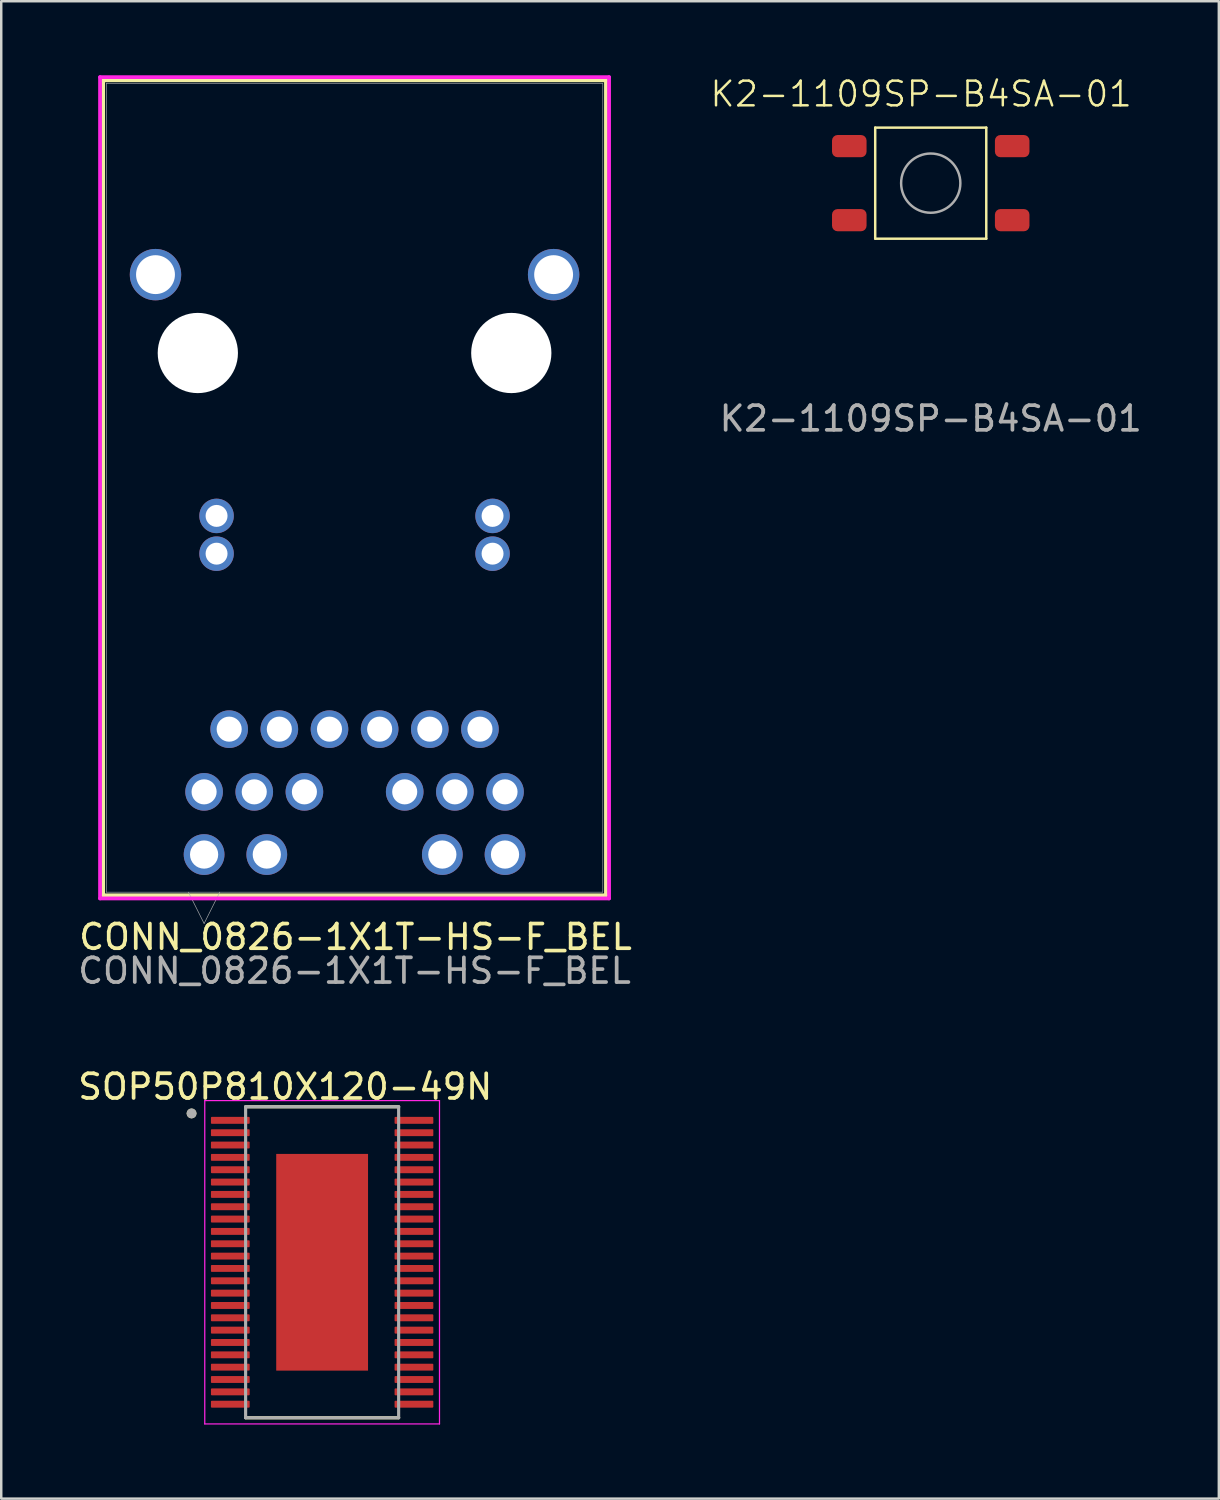
<source format=kicad_pcb>
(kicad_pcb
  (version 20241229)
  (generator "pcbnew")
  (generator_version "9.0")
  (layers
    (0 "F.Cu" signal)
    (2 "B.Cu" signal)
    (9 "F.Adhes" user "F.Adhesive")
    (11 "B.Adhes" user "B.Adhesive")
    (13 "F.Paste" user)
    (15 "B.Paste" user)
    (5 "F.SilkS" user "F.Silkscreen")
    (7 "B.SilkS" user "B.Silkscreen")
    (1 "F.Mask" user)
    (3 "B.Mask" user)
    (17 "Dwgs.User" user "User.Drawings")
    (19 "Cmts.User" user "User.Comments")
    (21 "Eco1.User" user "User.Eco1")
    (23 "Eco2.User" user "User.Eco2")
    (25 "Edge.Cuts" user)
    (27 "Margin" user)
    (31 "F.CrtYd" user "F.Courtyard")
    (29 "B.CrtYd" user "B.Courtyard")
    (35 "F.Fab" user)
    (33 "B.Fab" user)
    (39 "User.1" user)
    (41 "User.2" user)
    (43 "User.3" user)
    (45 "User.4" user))
  (footprint "SOP50P810X120-49N"
    (layer "F.Cu")
    (at 10.001 48.091)
    (property "Reference" "SOP50P810X120-49N" (at -1.495 -7.112 0) (layer "F.SilkS") (effects (font (size 1 1) (thickness 0.15))))
    (attr smd)
    (fp_line (start -3.1 -6.3) (end 3.1 -6.3) (stroke (width 0.127) (type solid)) (layer "F.SilkS"))
    (fp_line (start -3.1 6.3) (end 3.1 6.3) (stroke (width 0.127) (type solid)) (layer "F.SilkS"))
    (fp_circle (center -5.29 -6.03) (end -5.19 -6.03) (stroke (width 0.2) (type solid)) (fill no) (layer "F.SilkS"))
    (fp_poly (pts (xy -0.93 -2.195) (xy 0.93 -2.195) (xy 0.93 2.195) (xy -0.93 2.195)) (stroke (width 0.01) (type solid)) (fill yes) (layer "F.Paste"))
    (fp_line (start -4.755 -6.55) (end -4.755 6.55) (stroke (width 0.05) (type solid)) (layer "F.CrtYd"))
    (fp_line (start -4.755 -6.55) (end 4.755 -6.55) (stroke (width 0.05) (type solid)) (layer "F.CrtYd"))
    (fp_line (start -4.755 6.55) (end 4.755 6.55) (stroke (width 0.05) (type solid)) (layer "F.CrtYd"))
    (fp_line (start 4.755 -6.55) (end 4.755 6.55) (stroke (width 0.05) (type solid)) (layer "F.CrtYd"))
    (fp_line (start -3.1 -6.3) (end -3.1 6.3) (stroke (width 0.127) (type solid)) (layer "F.Fab"))
    (fp_line (start -3.1 -6.3) (end 3.1 -6.3) (stroke (width 0.127) (type solid)) (layer "F.Fab"))
    (fp_line (start -3.1 6.3) (end 3.1 6.3) (stroke (width 0.127) (type solid)) (layer "F.Fab"))
    (fp_line (start 3.1 -6.3) (end 3.1 6.3) (stroke (width 0.127) (type solid)) (layer "F.Fab"))
    (fp_circle (center -5.29 -6.03) (end -5.19 -6.03) (stroke (width 0.2) (type solid)) (fill no) (layer "F.Fab"))
    (pad "1" smd roundrect (at -3.72 -5.75) (size 1.57 0.28) (layers "F.Cu" "F.Mask" "F.Paste") (roundrect_rratio 0.125))
    (pad "2" smd roundrect (at -3.72 -5.25) (size 1.57 0.28) (layers "F.Cu" "F.Mask" "F.Paste") (roundrect_rratio 0.125))
    (pad "3" smd roundrect (at -3.72 -4.75) (size 1.57 0.28) (layers "F.Cu" "F.Mask" "F.Paste") (roundrect_rratio 0.125))
    (pad "4" smd roundrect (at -3.72 -4.25) (size 1.57 0.28) (layers "F.Cu" "F.Mask" "F.Paste") (roundrect_rratio 0.125))
    (pad "5" smd roundrect (at -3.72 -3.75) (size 1.57 0.28) (layers "F.Cu" "F.Mask" "F.Paste") (roundrect_rratio 0.125))
    (pad "6" smd roundrect (at -3.72 -3.25) (size 1.57 0.28) (layers "F.Cu" "F.Mask" "F.Paste") (roundrect_rratio 0.125))
    (pad "7" smd roundrect (at -3.72 -2.75) (size 1.57 0.28) (layers "F.Cu" "F.Mask" "F.Paste") (roundrect_rratio 0.125))
    (pad "8" smd roundrect (at -3.72 -2.25) (size 1.57 0.28) (layers "F.Cu" "F.Mask" "F.Paste") (roundrect_rratio 0.125))
    (pad "9" smd roundrect (at -3.72 -1.75) (size 1.57 0.28) (layers "F.Cu" "F.Mask" "F.Paste") (roundrect_rratio 0.125))
    (pad "10" smd roundrect (at -3.72 -1.25) (size 1.57 0.28) (layers "F.Cu" "F.Mask" "F.Paste") (roundrect_rratio 0.125))
    (pad "11" smd roundrect (at -3.72 -0.75) (size 1.57 0.28) (layers "F.Cu" "F.Mask" "F.Paste") (roundrect_rratio 0.125))
    (pad "12" smd roundrect (at -3.72 -0.25) (size 1.57 0.28) (layers "F.Cu" "F.Mask" "F.Paste") (roundrect_rratio 0.125))
    (pad "13" smd roundrect (at -3.72 0.25) (size 1.57 0.28) (layers "F.Cu" "F.Mask" "F.Paste") (roundrect_rratio 0.125))
    (pad "14" smd roundrect (at -3.72 0.75) (size 1.57 0.28) (layers "F.Cu" "F.Mask" "F.Paste") (roundrect_rratio 0.125))
    (pad "15" smd roundrect (at -3.72 1.25) (size 1.57 0.28) (layers "F.Cu" "F.Mask" "F.Paste") (roundrect_rratio 0.125))
    (pad "16" smd roundrect (at -3.72 1.75) (size 1.57 0.28) (layers "F.Cu" "F.Mask" "F.Paste") (roundrect_rratio 0.125))
    (pad "17" smd roundrect (at -3.72 2.25) (size 1.57 0.28) (layers "F.Cu" "F.Mask" "F.Paste") (roundrect_rratio 0.125))
    (pad "18" smd roundrect (at -3.72 2.75) (size 1.57 0.28) (layers "F.Cu" "F.Mask" "F.Paste") (roundrect_rratio 0.125))
    (pad "19" smd roundrect (at -3.72 3.25) (size 1.57 0.28) (layers "F.Cu" "F.Mask" "F.Paste") (roundrect_rratio 0.125))
    (pad "20" smd roundrect (at -3.72 3.75) (size 1.57 0.28) (layers "F.Cu" "F.Mask" "F.Paste") (roundrect_rratio 0.125))
    (pad "21" smd roundrect (at -3.72 4.25) (size 1.57 0.28) (layers "F.Cu" "F.Mask" "F.Paste") (roundrect_rratio 0.125))
    (pad "22" smd roundrect (at -3.72 4.75) (size 1.57 0.28) (layers "F.Cu" "F.Mask" "F.Paste") (roundrect_rratio 0.125))
    (pad "23" smd roundrect (at -3.72 5.25) (size 1.57 0.28) (layers "F.Cu" "F.Mask" "F.Paste") (roundrect_rratio 0.125))
    (pad "24" smd roundrect (at -3.72 5.75) (size 1.57 0.28) (layers "F.Cu" "F.Mask" "F.Paste") (roundrect_rratio 0.125))
    (pad "25" smd roundrect (at 3.72 5.75) (size 1.57 0.28) (layers "F.Cu" "F.Mask" "F.Paste") (roundrect_rratio 0.125))
    (pad "26" smd roundrect (at 3.72 5.25) (size 1.57 0.28) (layers "F.Cu" "F.Mask" "F.Paste") (roundrect_rratio 0.125))
    (pad "27" smd roundrect (at 3.72 4.75) (size 1.57 0.28) (layers "F.Cu" "F.Mask" "F.Paste") (roundrect_rratio 0.125))
    (pad "28" smd roundrect (at 3.72 4.25) (size 1.57 0.28) (layers "F.Cu" "F.Mask" "F.Paste") (roundrect_rratio 0.125))
    (pad "29" smd roundrect (at 3.72 3.75) (size 1.57 0.28) (layers "F.Cu" "F.Mask" "F.Paste") (roundrect_rratio 0.125))
    (pad "30" smd roundrect (at 3.72 3.25) (size 1.57 0.28) (layers "F.Cu" "F.Mask" "F.Paste") (roundrect_rratio 0.125))
    (pad "31" smd roundrect (at 3.72 2.75) (size 1.57 0.28) (layers "F.Cu" "F.Mask" "F.Paste") (roundrect_rratio 0.125))
    (pad "32" smd roundrect (at 3.72 2.25) (size 1.57 0.28) (layers "F.Cu" "F.Mask" "F.Paste") (roundrect_rratio 0.125))
    (pad "33" smd roundrect (at 3.72 1.75) (size 1.57 0.28) (layers "F.Cu" "F.Mask" "F.Paste") (roundrect_rratio 0.125))
    (pad "34" smd roundrect (at 3.72 1.25) (size 1.57 0.28) (layers "F.Cu" "F.Mask" "F.Paste") (roundrect_rratio 0.125))
    (pad "35" smd roundrect (at 3.72 0.75) (size 1.57 0.28) (layers "F.Cu" "F.Mask" "F.Paste") (roundrect_rratio 0.125))
    (pad "36" smd roundrect (at 3.72 0.25) (size 1.57 0.28) (layers "F.Cu" "F.Mask" "F.Paste") (roundrect_rratio 0.125))
    (pad "37" smd roundrect (at 3.72 -0.25) (size 1.57 0.28) (layers "F.Cu" "F.Mask" "F.Paste") (roundrect_rratio 0.125))
    (pad "38" smd roundrect (at 3.72 -0.75) (size 1.57 0.28) (layers "F.Cu" "F.Mask" "F.Paste") (roundrect_rratio 0.125))
    (pad "39" smd roundrect (at 3.72 -1.25) (size 1.57 0.28) (layers "F.Cu" "F.Mask" "F.Paste") (roundrect_rratio 0.125))
    (pad "40" smd roundrect (at 3.72 -1.75) (size 1.57 0.28) (layers "F.Cu" "F.Mask" "F.Paste") (roundrect_rratio 0.125))
    (pad "41" smd roundrect (at 3.72 -2.25) (size 1.57 0.28) (layers "F.Cu" "F.Mask" "F.Paste") (roundrect_rratio 0.125))
    (pad "42" smd roundrect (at 3.72 -2.75) (size 1.57 0.28) (layers "F.Cu" "F.Mask" "F.Paste") (roundrect_rratio 0.125))
    (pad "43" smd roundrect (at 3.72 -3.25) (size 1.57 0.28) (layers "F.Cu" "F.Mask" "F.Paste") (roundrect_rratio 0.125))
    (pad "44" smd roundrect (at 3.72 -3.75) (size 1.57 0.28) (layers "F.Cu" "F.Mask" "F.Paste") (roundrect_rratio 0.125))
    (pad "45" smd roundrect (at 3.72 -4.25) (size 1.57 0.28) (layers "F.Cu" "F.Mask" "F.Paste") (roundrect_rratio 0.125))
    (pad "46" smd roundrect (at 3.72 -4.75) (size 1.57 0.28) (layers "F.Cu" "F.Mask" "F.Paste") (roundrect_rratio 0.125))
    (pad "47" smd roundrect (at 3.72 -5.25) (size 1.57 0.28) (layers "F.Cu" "F.Mask" "F.Paste") (roundrect_rratio 0.125))
    (pad "48" smd roundrect (at 3.72 -5.75) (size 1.57 0.28) (layers "F.Cu" "F.Mask" "F.Paste") (roundrect_rratio 0.125))
    (pad "49" smd rect (at 0 0) (size 3.72 8.78) (layers "F.Cu" "F.Mask")))
  (footprint "CONN_0826-1X1T-HS-F_BEL"
    (layer "F.Cu")
    (at 6.235 26.492)
    (property "Reference" "CONN_0826-1X1T-HS-F_BEL" (at 5.12 8.42 0) (unlocked yes) (layer "F.SilkS") (effects (font (size 1 1) (thickness 0.15))))
    (attr through_hole)
    (fp_line (start -5.105 -26.289) (end -5.105 6.731) (stroke (width 0.152) (type solid)) (layer "F.SilkS"))
    (fp_line (start -5.105 6.731) (end 15.265 6.731) (stroke (width 0.152) (type solid)) (layer "F.SilkS"))
    (fp_line (start 15.265 -26.289) (end -5.105 -26.289) (stroke (width 0.152) (type solid)) (layer "F.SilkS"))
    (fp_line (start 15.265 6.731) (end 15.265 -26.289) (stroke (width 0.152) (type solid)) (layer "F.SilkS"))
    (fp_line (start -5.232 -26.416) (end -5.232 6.858) (stroke (width 0.152) (type solid)) (layer "F.CrtYd"))
    (fp_line (start -5.232 6.858) (end 15.392 6.858) (stroke (width 0.152) (type solid)) (layer "F.CrtYd"))
    (fp_line (start 15.392 -26.416) (end -5.232 -26.416) (stroke (width 0.152) (type solid)) (layer "F.CrtYd"))
    (fp_line (start 15.392 6.858) (end 15.392 -26.416) (stroke (width 0.152) (type solid)) (layer "F.CrtYd"))
    (fp_line (start -4.978 -26.162) (end -4.978 6.604) (stroke (width 0.025) (type solid)) (layer "F.Fab"))
    (fp_line (start -4.978 6.604) (end 15.138 6.604) (stroke (width 0.025) (type solid)) (layer "F.Fab"))
    (fp_line (start -1.651 6.604) (end -1.016 7.874) (stroke (width 0.025) (type solid)) (layer "F.Fab"))
    (fp_line (start -0.381 6.604) (end -1.016 7.874) (stroke (width 0.025) (type solid)) (layer "F.Fab"))
    (fp_line (start 15.138 -26.162) (end -4.978 -26.162) (stroke (width 0.025) (type solid)) (layer "F.Fab"))
    (fp_line (start 15.138 6.604) (end 15.138 -26.162) (stroke (width 0.025) (type solid)) (layer "F.Fab"))
    (fp_text user "${REFERENCE}" (at 5.08 9.79 0) (unlocked yes) (layer "F.Fab") (effects (font (size 1 1) (thickness 0.15))))
    (pad "" np_thru_hole circle (at -1.27 -15.24) (size 3.251 3.251) (drill 3.251) (layers "*.Cu" "*.Mask"))
    (pad "" np_thru_hole circle (at 11.43 -15.24) (size 3.251 3.251) (drill 3.251) (layers "*.Cu" "*.Mask"))
    (pad "1" thru_hole circle (at 0 0) (size 1.524 1.524) (drill 1.016) (layers "*.Cu" "*.Mask"))
    (pad "2" thru_hole circle (at 2.032 0) (size 1.524 1.524) (drill 1.016) (layers "*.Cu" "*.Mask"))
    (pad "3" thru_hole circle (at 4.064 0) (size 1.524 1.524) (drill 1.016) (layers "*.Cu" "*.Mask"))
    (pad "4" thru_hole circle (at 6.096 0) (size 1.524 1.524) (drill 1.016) (layers "*.Cu" "*.Mask"))
    (pad "5" thru_hole circle (at 8.128 0) (size 1.524 1.524) (drill 1.016) (layers "*.Cu" "*.Mask"))
    (pad "6" thru_hole circle (at 10.16 0) (size 1.524 1.524) (drill 1.016) (layers "*.Cu" "*.Mask"))
    (pad "7" thru_hole circle (at -1.016 2.54) (size 1.524 1.524) (drill 1.016) (layers "*.Cu" "*.Mask"))
    (pad "8" thru_hole circle (at 1.016 2.54) (size 1.524 1.524) (drill 1.016) (layers "*.Cu" "*.Mask"))
    (pad "9" thru_hole circle (at 3.048 2.54) (size 1.524 1.524) (drill 1.016) (layers "*.Cu" "*.Mask"))
    (pad "10" thru_hole circle (at 7.112 2.54) (size 1.524 1.524) (drill 1.016) (layers "*.Cu" "*.Mask"))
    (pad "11" thru_hole circle (at 9.144 2.54) (size 1.524 1.524) (drill 1.016) (layers "*.Cu" "*.Mask"))
    (pad "12" thru_hole circle (at 11.176 2.54) (size 1.524 1.524) (drill 1.016) (layers "*.Cu" "*.Mask"))
    (pad "13" thru_hole circle (at -0.511 -7.11) (size 1.397 1.397) (drill 0.889) (layers "*.Cu" "*.Mask"))
    (pad "14" thru_hole circle (at 10.671 -7.11) (size 1.397 1.397) (drill 0.889) (layers "*.Cu" "*.Mask"))
    (pad "15" thru_hole circle (at -0.511 -8.64) (size 1.397 1.397) (drill 0.889) (layers "*.Cu" "*.Mask"))
    (pad "16" thru_hole circle (at 10.671 -8.64) (size 1.397 1.397) (drill 0.889) (layers "*.Cu" "*.Mask"))
    (pad "17" thru_hole circle (at -1.016 5.08) (size 1.651 1.651) (drill 1.143) (layers "*.Cu" "*.Mask"))
    (pad "18" thru_hole circle (at 1.524 5.08) (size 1.651 1.651) (drill 1.143) (layers "*.Cu" "*.Mask"))
    (pad "19" thru_hole circle (at 8.636 5.08) (size 1.651 1.651) (drill 1.143) (layers "*.Cu" "*.Mask"))
    (pad "20" thru_hole circle (at 11.176 5.08) (size 1.651 1.651) (drill 1.143) (layers "*.Cu" "*.Mask"))
    (pad "21" thru_hole circle (at -2.985 -18.415) (size 2.083 2.083) (drill 1.575) (layers "*.Cu" "*.Mask"))
    (pad "22" thru_hole circle (at 13.145 -18.415) (size 2.083 2.083) (drill 1.575) (layers "*.Cu" "*.Mask")))
  (footprint "K2-1109SP-B4SA-01"
    (layer "F.Cu")
    (at 34.659 4.37)
    (property "Reference" "K2-1109SP-B4SA-01" (at -0.39 -3.61 0) (unlocked yes) (layer "F.SilkS") (effects (font (size 1 1) (thickness 0.1))))
    (attr smd)
    (fp_line (start -2.25 -2.25) (end -2.25 2.25) (stroke (width 0.1) (type default)) (layer "F.SilkS"))
    (fp_line (start -2.25 -2.25) (end 2.25 -2.25) (stroke (width 0.1) (type default)) (layer "F.SilkS"))
    (fp_line (start -2.25 2.25) (end 2.25 2.25) (stroke (width 0.1) (type default)) (layer "F.SilkS"))
    (fp_line (start 2.25 -2.25) (end 2.25 2.25) (stroke (width 0.1) (type default)) (layer "F.SilkS"))
    (fp_circle (center 0 0) (end 1.2 0) (stroke (width 0.1) (type default)) (fill no) (layer "F.Fab"))
    (fp_text user "${REFERENCE}" (at 0 9.54 0) (unlocked yes) (layer "F.Fab") (effects (font (size 1 1) (thickness 0.15))))
    (pad "1" smd roundrect (at -3.3 -1.5) (size 1.4 0.9) (layers "F.Cu" "F.Mask" "F.Paste") (roundrect_rratio 0.25))
    (pad "1" smd roundrect (at 3.3 -1.5) (size 1.4 0.9) (layers "F.Cu" "F.Mask" "F.Paste") (roundrect_rratio 0.25))
    (pad "2" smd roundrect (at -3.3 1.5) (size 1.4 0.9) (layers "F.Cu" "F.Mask" "F.Paste") (roundrect_rratio 0.25))
    (pad "2" smd roundrect (at 3.3 1.5) (size 1.4 0.9) (layers "F.Cu" "F.Mask" "F.Paste") (roundrect_rratio 0.25)))
  (gr_rect
    (start -3 -3)
    (end 46.331 57.666)
    (stroke (width 0.1) (type default))
    (fill no)
    (layer "Edge.Cuts")))
</source>
